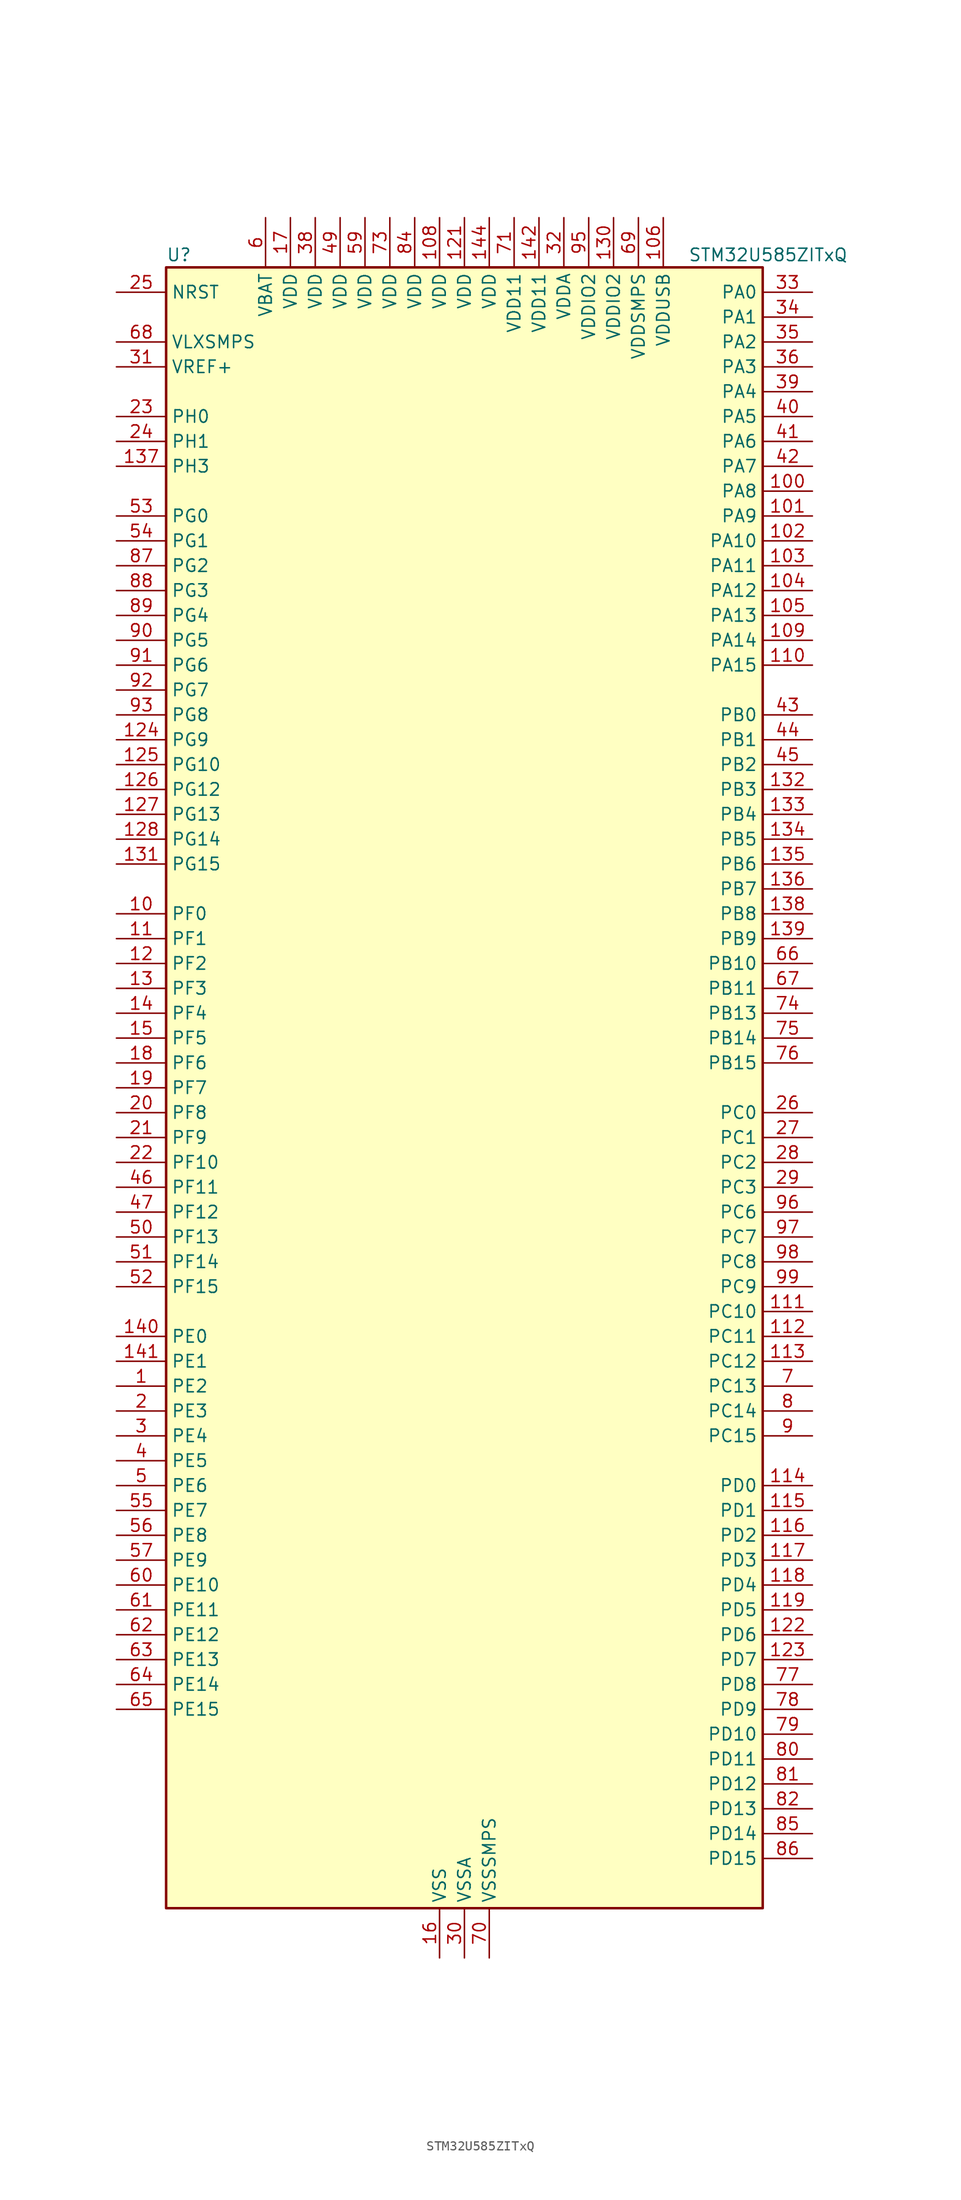
<source format=kicad_sym>
(kicad_symbol_lib
  (version 20211014)
  (generator kicad-library-utils)
  (symbol "STM32U585ZITxQ"
    (property "Reference" "U"
      (at -30.48 85.09 0)
      (effects (font (size 1.27 1.27)) (justify left)))
    (property "Value" "STM32U585ZITxQ"
      (at 22.86 85.09 0)
      (effects (font (size 1.27 1.27)) (justify left)))
    (property "ki_fp_filters" "LQFP*20x20mm*P0.5mm*"
      (at 0.0 0.0 0.0)
      (effects (font (size 1.27 1.27))))
    (symbol "STM32U585ZITxQ_0_1"
      (rectangle (start -30.48 -83.82) (end 30.48 83.82) (stroke (width 0.254)) (fill (type background))))
    (symbol "STM32U585ZITxQ_1_1"
      (pin input line (at -35.56 81.28 0) (length 5.08) (name "NRST" (effects (font (size 1.27 1.27)))) (number "25" (effects (font (size 1.27 1.27)))))
      (pin power_in line (at -35.56 76.2 0) (length 5.08) (name "VLXSMPS" (effects (font (size 1.27 1.27)))) (number "68" (effects (font (size 1.27 1.27)))))
      (pin input line (at -35.56 73.66 0) (length 5.08) (name "VREF+" (effects (font (size 1.27 1.27)))) (number "31" (effects (font (size 1.27 1.27)))) (alternate "VREFBUF_OUT" bidirectional line))
      (pin bidirectional line (at -35.56 68.58 0) (length 5.08) (name "PH0" (effects (font (size 1.27 1.27)))) (number "23" (effects (font (size 1.27 1.27)))) (alternate "RCC_OSC_IN" bidirectional line))
      (pin bidirectional line (at -35.56 66.04 0) (length 5.08) (name "PH1" (effects (font (size 1.27 1.27)))) (number "24" (effects (font (size 1.27 1.27)))) (alternate "RCC_OSC_OUT" bidirectional line))
      (pin bidirectional line (at -35.56 63.5 0) (length 5.08) (name "PH3" (effects (font (size 1.27 1.27)))) (number "137" (effects (font (size 1.27 1.27)))))
      (pin bidirectional line (at -35.56 58.42 0) (length 5.08) (name "PG0" (effects (font (size 1.27 1.27)))) (number "53" (effects (font (size 1.27 1.27)))) (alternate "ADC4_IN7" bidirectional line) (alternate "FMC_A10" bidirectional line) (alternate "OCTOSPIM_P2_IO4" bidirectional line) (alternate "TSC_G8_IO3" bidirectional line))
      (pin bidirectional line (at -35.56 55.88 0) (length 5.08) (name "PG1" (effects (font (size 1.27 1.27)))) (number "54" (effects (font (size 1.27 1.27)))) (alternate "ADC4_IN8" bidirectional line) (alternate "FMC_A11" bidirectional line) (alternate "OCTOSPIM_P2_IO5" bidirectional line) (alternate "TSC_G8_IO4" bidirectional line))
      (pin bidirectional line (at -35.56 53.34 0) (length 5.08) (name "PG2" (effects (font (size 1.27 1.27)))) (number "87" (effects (font (size 1.27 1.27)))) (alternate "FMC_A12" bidirectional line) (alternate "SAI2_SCK_B" bidirectional line) (alternate "SPI1_SCK" bidirectional line))
      (pin bidirectional line (at -35.56 50.8 0) (length 5.08) (name "PG3" (effects (font (size 1.27 1.27)))) (number "88" (effects (font (size 1.27 1.27)))) (alternate "FMC_A13" bidirectional line) (alternate "SAI2_FS_B" bidirectional line) (alternate "SPI1_MISO" bidirectional line))
      (pin bidirectional line (at -35.56 48.26 0) (length 5.08) (name "PG4" (effects (font (size 1.27 1.27)))) (number "89" (effects (font (size 1.27 1.27)))) (alternate "FMC_A14" bidirectional line) (alternate "SAI2_MCLK_B" bidirectional line) (alternate "SPI1_MOSI" bidirectional line))
      (pin bidirectional line (at -35.56 45.72 0) (length 5.08) (name "PG5" (effects (font (size 1.27 1.27)))) (number "90" (effects (font (size 1.27 1.27)))) (alternate "FMC_A15" bidirectional line) (alternate "LPUART1_CTS" bidirectional line) (alternate "SAI2_SD_B" bidirectional line) (alternate "SPI1_NSS" bidirectional line))
      (pin bidirectional line (at -35.56 43.18 0) (length 5.08) (name "PG6" (effects (font (size 1.27 1.27)))) (number "91" (effects (font (size 1.27 1.27)))) (alternate "I2C3_SMBA" bidirectional line) (alternate "LPUART1_DE" bidirectional line) (alternate "LPUART1_RTS" bidirectional line) (alternate "OCTOSPIM_P1_DQS" bidirectional line) (alternate "SPI1_RDY" bidirectional line) (alternate "UCPD1_FRSTX1" bidirectional line))
      (pin bidirectional line (at -35.56 40.64 0) (length 5.08) (name "PG7" (effects (font (size 1.27 1.27)))) (number "92" (effects (font (size 1.27 1.27)))) (alternate "FMC_INT" bidirectional line) (alternate "I2C3_SCL" bidirectional line) (alternate "LPUART1_TX" bidirectional line) (alternate "MDF1_CCK0" bidirectional line) (alternate "OCTOSPIM_P2_DQS" bidirectional line) (alternate "SAI1_CK1" bidirectional line) (alternate "SAI1_MCLK_A" bidirectional line) (alternate "UCPD1_FRSTX2" bidirectional line))
      (pin bidirectional line (at -35.56 38.1 0) (length 5.08) (name "PG8" (effects (font (size 1.27 1.27)))) (number "93" (effects (font (size 1.27 1.27)))) (alternate "I2C3_SDA" bidirectional line) (alternate "LPUART1_RX" bidirectional line))
      (pin bidirectional line (at -35.56 35.56 0) (length 5.08) (name "PG9" (effects (font (size 1.27 1.27)))) (number "124" (effects (font (size 1.27 1.27)))) (alternate "DAC1_EXTI9" bidirectional line) (alternate "FMC_NCE" bidirectional line) (alternate "FMC_NE2" bidirectional line) (alternate "OCTOSPIM_P2_IO6" bidirectional line) (alternate "SAI2_SCK_A" bidirectional line) (alternate "SPI3_SCK" bidirectional line) (alternate "TIM15_CH1N" bidirectional line) (alternate "USART1_TX" bidirectional line))
      (pin bidirectional line (at -35.56 33.02 0) (length 5.08) (name "PG10" (effects (font (size 1.27 1.27)))) (number "125" (effects (font (size 1.27 1.27)))) (alternate "FMC_NE3" bidirectional line) (alternate "LPTIM1_IN1" bidirectional line) (alternate "OCTOSPIM_P2_IO7" bidirectional line) (alternate "SAI2_FS_A" bidirectional line) (alternate "SPI3_MISO" bidirectional line) (alternate "TIM15_CH1" bidirectional line) (alternate "USART1_RX" bidirectional line))
      (pin bidirectional line (at -35.56 30.48 0) (length 5.08) (name "PG12" (effects (font (size 1.27 1.27)))) (number "126" (effects (font (size 1.27 1.27)))) (alternate "FMC_NE4" bidirectional line) (alternate "LPTIM1_ETR" bidirectional line) (alternate "OCTOSPIM_P2_NCS" bidirectional line) (alternate "SAI2_SD_A" bidirectional line) (alternate "SPI3_NSS" bidirectional line) (alternate "USART1_DE" bidirectional line) (alternate "USART1_RTS" bidirectional line))
      (pin bidirectional line (at -35.56 27.94 0) (length 5.08) (name "PG13" (effects (font (size 1.27 1.27)))) (number "127" (effects (font (size 1.27 1.27)))) (alternate "FMC_A24" bidirectional line) (alternate "I2C1_SDA" bidirectional line) (alternate "SPI3_RDY" bidirectional line) (alternate "USART1_CK" bidirectional line))
      (pin bidirectional line (at -35.56 25.4 0) (length 5.08) (name "PG14" (effects (font (size 1.27 1.27)))) (number "128" (effects (font (size 1.27 1.27)))) (alternate "FMC_A25" bidirectional line) (alternate "I2C1_SCL" bidirectional line) (alternate "LPTIM1_CH2" bidirectional line))
      (pin bidirectional line (at -35.56 22.86 0) (length 5.08) (name "PG15" (effects (font (size 1.27 1.27)))) (number "131" (effects (font (size 1.27 1.27)))) (alternate "ADC1_EXTI15" bidirectional line) (alternate "ADC4_EXTI15" bidirectional line) (alternate "DCMI_D13" bidirectional line) (alternate "I2C1_SMBA" bidirectional line) (alternate "LPTIM1_CH1" bidirectional line) (alternate "OCTOSPIM_P2_DQS" bidirectional line) (alternate "PSSI_D13" bidirectional line))
      (pin bidirectional line (at -35.56 17.78 0) (length 5.08) (name "PF0" (effects (font (size 1.27 1.27)))) (number "10" (effects (font (size 1.27 1.27)))) (alternate "FMC_A0" bidirectional line) (alternate "I2C2_SDA" bidirectional line) (alternate "OCTOSPIM_P2_IO0" bidirectional line))
      (pin bidirectional line (at -35.56 15.24 0) (length 5.08) (name "PF1" (effects (font (size 1.27 1.27)))) (number "11" (effects (font (size 1.27 1.27)))) (alternate "FMC_A1" bidirectional line) (alternate "I2C2_SCL" bidirectional line) (alternate "OCTOSPIM_P2_IO1" bidirectional line))
      (pin bidirectional line (at -35.56 12.7 0) (length 5.08) (name "PF2" (effects (font (size 1.27 1.27)))) (number "12" (effects (font (size 1.27 1.27)))) (alternate "FMC_A2" bidirectional line) (alternate "I2C2_SMBA" bidirectional line) (alternate "LPTIM3_CH2" bidirectional line) (alternate "OCTOSPIM_P2_IO2" bidirectional line) (alternate "PWR_WKUP8" bidirectional line))
      (pin bidirectional line (at -35.56 10.16 0) (length 5.08) (name "PF3" (effects (font (size 1.27 1.27)))) (number "13" (effects (font (size 1.27 1.27)))) (alternate "FMC_A3" bidirectional line) (alternate "LPTIM3_IN1" bidirectional line) (alternate "OCTOSPIM_P2_IO3" bidirectional line))
      (pin bidirectional line (at -35.56 7.62 0) (length 5.08) (name "PF4" (effects (font (size 1.27 1.27)))) (number "14" (effects (font (size 1.27 1.27)))) (alternate "FMC_A4" bidirectional line) (alternate "LPTIM3_ETR" bidirectional line) (alternate "OCTOSPIM_P2_CLK" bidirectional line))
      (pin bidirectional line (at -35.56 5.08 0) (length 5.08) (name "PF5" (effects (font (size 1.27 1.27)))) (number "15" (effects (font (size 1.27 1.27)))) (alternate "FMC_A5" bidirectional line) (alternate "LPTIM3_CH1" bidirectional line) (alternate "OCTOSPIM_P2_NCLK" bidirectional line))
      (pin bidirectional line (at -35.56 2.54 0) (length 5.08) (name "PF6" (effects (font (size 1.27 1.27)))) (number "18" (effects (font (size 1.27 1.27)))) (alternate "DCMI_D12" bidirectional line) (alternate "OCTOSPIM_P1_IO3" bidirectional line) (alternate "OCTOSPIM_P2_NCS" bidirectional line) (alternate "PSSI_D12" bidirectional line) (alternate "SAI1_SD_B" bidirectional line) (alternate "TIM5_CH1" bidirectional line) (alternate "TIM5_ETR" bidirectional line))
      (pin bidirectional line (at -35.56 0.0 0) (length 5.08) (name "PF7" (effects (font (size 1.27 1.27)))) (number "19" (effects (font (size 1.27 1.27)))) (alternate "FDCAN1_RX" bidirectional line) (alternate "OCTOSPIM_P1_IO2" bidirectional line) (alternate "SAI1_MCLK_B" bidirectional line) (alternate "TIM5_CH2" bidirectional line))
      (pin bidirectional line (at -35.56 -2.54 0) (length 5.08) (name "PF8" (effects (font (size 1.27 1.27)))) (number "20" (effects (font (size 1.27 1.27)))) (alternate "FDCAN1_TX" bidirectional line) (alternate "OCTOSPIM_P1_IO0" bidirectional line) (alternate "PSSI_D14" bidirectional line) (alternate "SAI1_SCK_B" bidirectional line) (alternate "TIM5_CH3" bidirectional line))
      (pin bidirectional line (at -35.56 -5.08 0) (length 5.08) (name "PF9" (effects (font (size 1.27 1.27)))) (number "21" (effects (font (size 1.27 1.27)))) (alternate "DAC1_EXTI9" bidirectional line) (alternate "OCTOSPIM_P1_IO1" bidirectional line) (alternate "PSSI_D15" bidirectional line) (alternate "SAI1_FS_B" bidirectional line) (alternate "TIM15_CH1" bidirectional line) (alternate "TIM5_CH4" bidirectional line))
      (pin bidirectional line (at -35.56 -7.62 0) (length 5.08) (name "PF10" (effects (font (size 1.27 1.27)))) (number "22" (effects (font (size 1.27 1.27)))) (alternate "DCMI_D11" bidirectional line) (alternate "MDF1_CCK1" bidirectional line) (alternate "OCTOSPIM_P1_CLK" bidirectional line) (alternate "PSSI_D11" bidirectional line) (alternate "PSSI_D15" bidirectional line) (alternate "SAI1_D3" bidirectional line) (alternate "TIM15_CH2" bidirectional line))
      (pin bidirectional line (at -35.56 -10.16 0) (length 5.08) (name "PF11" (effects (font (size 1.27 1.27)))) (number "46" (effects (font (size 1.27 1.27)))) (alternate "ADC1_EXTI11" bidirectional line) (alternate "DCMI_D12" bidirectional line) (alternate "LPTIM4_IN1" bidirectional line) (alternate "OCTOSPIM_P1_NCLK" bidirectional line) (alternate "PSSI_D12" bidirectional line))
      (pin bidirectional line (at -35.56 -12.7 0) (length 5.08) (name "PF12" (effects (font (size 1.27 1.27)))) (number "47" (effects (font (size 1.27 1.27)))) (alternate "FMC_A6" bidirectional line) (alternate "LPTIM4_ETR" bidirectional line) (alternate "OCTOSPIM_P2_DQS" bidirectional line))
      (pin bidirectional line (at -35.56 -15.24 0) (length 5.08) (name "PF13" (effects (font (size 1.27 1.27)))) (number "50" (effects (font (size 1.27 1.27)))) (alternate "FMC_A7" bidirectional line) (alternate "I2C4_SMBA" bidirectional line) (alternate "LPTIM4_OUT" bidirectional line) (alternate "UCPD1_FRSTX2" bidirectional line))
      (pin bidirectional line (at -35.56 -17.78 0) (length 5.08) (name "PF14" (effects (font (size 1.27 1.27)))) (number "51" (effects (font (size 1.27 1.27)))) (alternate "ADC4_IN5" bidirectional line) (alternate "FMC_A8" bidirectional line) (alternate "I2C4_SCL" bidirectional line) (alternate "TSC_G8_IO1" bidirectional line))
      (pin bidirectional line (at -35.56 -20.32 0) (length 5.08) (name "PF15" (effects (font (size 1.27 1.27)))) (number "52" (effects (font (size 1.27 1.27)))) (alternate "ADC1_EXTI15" bidirectional line) (alternate "ADC4_EXTI15" bidirectional line) (alternate "ADC4_IN6" bidirectional line) (alternate "FMC_A9" bidirectional line) (alternate "I2C4_SDA" bidirectional line) (alternate "TSC_G8_IO2" bidirectional line))
      (pin bidirectional line (at -35.56 -25.4 0) (length 5.08) (name "PE0" (effects (font (size 1.27 1.27)))) (number "140" (effects (font (size 1.27 1.27)))) (alternate "DCMI_D2" bidirectional line) (alternate "FMC_NBL0" bidirectional line) (alternate "PSSI_D2" bidirectional line) (alternate "TIM16_CH1" bidirectional line) (alternate "TIM4_ETR" bidirectional line))
      (pin bidirectional line (at -35.56 -27.94 0) (length 5.08) (name "PE1" (effects (font (size 1.27 1.27)))) (number "141" (effects (font (size 1.27 1.27)))) (alternate "DCMI_D3" bidirectional line) (alternate "FMC_NBL1" bidirectional line) (alternate "PSSI_D3" bidirectional line) (alternate "TIM17_CH1" bidirectional line))
      (pin bidirectional line (at -35.56 -30.48 0) (length 5.08) (name "PE2" (effects (font (size 1.27 1.27)))) (number "1" (effects (font (size 1.27 1.27)))) (alternate "DEBUG_TRACECLK" bidirectional line) (alternate "FMC_A23" bidirectional line) (alternate "SAI1_CK1" bidirectional line) (alternate "SAI1_MCLK_A" bidirectional line) (alternate "TIM3_ETR" bidirectional line) (alternate "TSC_G7_IO1" bidirectional line))
      (pin bidirectional line (at -35.56 -33.02 0) (length 5.08) (name "PE3" (effects (font (size 1.27 1.27)))) (number "2" (effects (font (size 1.27 1.27)))) (alternate "DEBUG_TRACED0" bidirectional line) (alternate "FMC_A19" bidirectional line) (alternate "OCTOSPIM_P1_DQS" bidirectional line) (alternate "SAI1_SD_B" bidirectional line) (alternate "TAMP_IN6" bidirectional line) (alternate "TAMP_OUT3" bidirectional line) (alternate "TIM3_CH1" bidirectional line) (alternate "TSC_G7_IO2" bidirectional line))
      (pin bidirectional line (at -35.56 -35.56 0) (length 5.08) (name "PE4" (effects (font (size 1.27 1.27)))) (number "3" (effects (font (size 1.27 1.27)))) (alternate "DCMI_D4" bidirectional line) (alternate "DEBUG_TRACED1" bidirectional line) (alternate "FMC_A20" bidirectional line) (alternate "MDF1_SDI3" bidirectional line) (alternate "PSSI_D4" bidirectional line) (alternate "PWR_WKUP1" bidirectional line) (alternate "SAI1_D2" bidirectional line) (alternate "SAI1_FS_A" bidirectional line) (alternate "TAMP_IN7" bidirectional line) (alternate "TAMP_OUT8" bidirectional line) (alternate "TIM3_CH2" bidirectional line) (alternate "TSC_G7_IO3" bidirectional line))
      (pin bidirectional line (at -35.56 -38.1 0) (length 5.08) (name "PE5" (effects (font (size 1.27 1.27)))) (number "4" (effects (font (size 1.27 1.27)))) (alternate "DCMI_D6" bidirectional line) (alternate "DEBUG_TRACED2" bidirectional line) (alternate "FMC_A21" bidirectional line) (alternate "MDF1_CKI3" bidirectional line) (alternate "PSSI_D6" bidirectional line) (alternate "PWR_WKUP2" bidirectional line) (alternate "SAI1_CK2" bidirectional line) (alternate "SAI1_SCK_A" bidirectional line) (alternate "TAMP_IN8" bidirectional line) (alternate "TAMP_OUT7" bidirectional line) (alternate "TIM3_CH3" bidirectional line) (alternate "TSC_G7_IO4" bidirectional line))
      (pin bidirectional line (at -35.56 -40.64 0) (length 5.08) (name "PE6" (effects (font (size 1.27 1.27)))) (number "5" (effects (font (size 1.27 1.27)))) (alternate "DCMI_D7" bidirectional line) (alternate "DEBUG_TRACED3" bidirectional line) (alternate "FMC_A22" bidirectional line) (alternate "PSSI_D7" bidirectional line) (alternate "PWR_WKUP3" bidirectional line) (alternate "SAI1_D1" bidirectional line) (alternate "SAI1_SD_A" bidirectional line) (alternate "TAMP_IN3" bidirectional line) (alternate "TAMP_OUT6" bidirectional line) (alternate "TIM3_CH4" bidirectional line))
      (pin bidirectional line (at -35.56 -43.18 0) (length 5.08) (name "PE7" (effects (font (size 1.27 1.27)))) (number "55" (effects (font (size 1.27 1.27)))) (alternate "FMC_D4" bidirectional line) (alternate "FMC_DA4" bidirectional line) (alternate "MDF1_SDI2" bidirectional line) (alternate "PWR_WKUP6" bidirectional line) (alternate "SAI1_SD_B" bidirectional line) (alternate "TIM1_ETR" bidirectional line))
      (pin bidirectional line (at -35.56 -45.72 0) (length 5.08) (name "PE8" (effects (font (size 1.27 1.27)))) (number "56" (effects (font (size 1.27 1.27)))) (alternate "FMC_D5" bidirectional line) (alternate "FMC_DA5" bidirectional line) (alternate "MDF1_CKI2" bidirectional line) (alternate "PWR_WKUP7" bidirectional line) (alternate "SAI1_SCK_B" bidirectional line) (alternate "TIM1_CH1N" bidirectional line))
      (pin bidirectional line (at -35.56 -48.26 0) (length 5.08) (name "PE9" (effects (font (size 1.27 1.27)))) (number "57" (effects (font (size 1.27 1.27)))) (alternate "ADF1_CCK0" bidirectional line) (alternate "DAC1_EXTI9" bidirectional line) (alternate "FMC_D6" bidirectional line) (alternate "FMC_DA6" bidirectional line) (alternate "MDF1_CCK0" bidirectional line) (alternate "OCTOSPIM_P1_NCLK" bidirectional line) (alternate "SAI1_FS_B" bidirectional line) (alternate "TIM1_CH1" bidirectional line))
      (pin bidirectional line (at -35.56 -50.8 0) (length 5.08) (name "PE10" (effects (font (size 1.27 1.27)))) (number "60" (effects (font (size 1.27 1.27)))) (alternate "ADF1_SDI0" bidirectional line) (alternate "FMC_D7" bidirectional line) (alternate "FMC_DA7" bidirectional line) (alternate "MDF1_SDI4" bidirectional line) (alternate "OCTOSPIM_P1_CLK" bidirectional line) (alternate "SAI1_MCLK_B" bidirectional line) (alternate "TIM1_CH2N" bidirectional line) (alternate "TSC_G5_IO1" bidirectional line))
      (pin bidirectional line (at -35.56 -53.34 0) (length 5.08) (name "PE11" (effects (font (size 1.27 1.27)))) (number "61" (effects (font (size 1.27 1.27)))) (alternate "ADC1_EXTI11" bidirectional line) (alternate "FMC_D8" bidirectional line) (alternate "FMC_DA8" bidirectional line) (alternate "MDF1_CKI4" bidirectional line) (alternate "OCTOSPIM_P1_NCS" bidirectional line) (alternate "SPI1_RDY" bidirectional line) (alternate "TIM1_CH2" bidirectional line) (alternate "TSC_G5_IO2" bidirectional line))
      (pin bidirectional line (at -35.56 -55.88 0) (length 5.08) (name "PE12" (effects (font (size 1.27 1.27)))) (number "62" (effects (font (size 1.27 1.27)))) (alternate "FMC_D9" bidirectional line) (alternate "FMC_DA9" bidirectional line) (alternate "MDF1_SDI5" bidirectional line) (alternate "OCTOSPIM_P1_IO0" bidirectional line) (alternate "SPI1_NSS" bidirectional line) (alternate "TIM1_CH3N" bidirectional line) (alternate "TSC_G5_IO3" bidirectional line))
      (pin bidirectional line (at -35.56 -58.42 0) (length 5.08) (name "PE13" (effects (font (size 1.27 1.27)))) (number "63" (effects (font (size 1.27 1.27)))) (alternate "FMC_D10" bidirectional line) (alternate "FMC_DA10" bidirectional line) (alternate "MDF1_CKI5" bidirectional line) (alternate "OCTOSPIM_P1_IO1" bidirectional line) (alternate "SPI1_SCK" bidirectional line) (alternate "TIM1_CH3" bidirectional line) (alternate "TSC_G5_IO4" bidirectional line))
      (pin bidirectional line (at -35.56 -60.96 0) (length 5.08) (name "PE14" (effects (font (size 1.27 1.27)))) (number "64" (effects (font (size 1.27 1.27)))) (alternate "FMC_D11" bidirectional line) (alternate "FMC_DA11" bidirectional line) (alternate "OCTOSPIM_P1_IO2" bidirectional line) (alternate "SPI1_MISO" bidirectional line) (alternate "TIM1_BKIN2" bidirectional line) (alternate "TIM1_CH4" bidirectional line))
      (pin bidirectional line (at -35.56 -63.5 0) (length 5.08) (name "PE15" (effects (font (size 1.27 1.27)))) (number "65" (effects (font (size 1.27 1.27)))) (alternate "ADC1_EXTI15" bidirectional line) (alternate "ADC4_EXTI15" bidirectional line) (alternate "FMC_D12" bidirectional line) (alternate "FMC_DA12" bidirectional line) (alternate "OCTOSPIM_P1_IO3" bidirectional line) (alternate "SPI1_MOSI" bidirectional line) (alternate "TIM1_BKIN" bidirectional line) (alternate "TIM1_CH4N" bidirectional line))
      (pin bidirectional line (at 35.56 81.28 180) (length 5.08) (name "PA0" (effects (font (size 1.27 1.27)))) (number "33" (effects (font (size 1.27 1.27)))) (alternate "ADC1_IN5" bidirectional line) (alternate "AUDIOCLK" bidirectional line) (alternate "OCTOSPIM_P2_NCS" bidirectional line) (alternate "OPAMP1_VINP" bidirectional line) (alternate "PWR_WKUP1" bidirectional line) (alternate "SDMMC2_CMD" bidirectional line) (alternate "SPI3_RDY" bidirectional line) (alternate "TAMP_IN2" bidirectional line) (alternate "TAMP_OUT1" bidirectional line) (alternate "TIM2_CH1" bidirectional line) (alternate "TIM2_ETR" bidirectional line) (alternate "TIM5_CH1" bidirectional line) (alternate "TIM8_ETR" bidirectional line) (alternate "UART4_TX" bidirectional line) (alternate "USART2_CTS" bidirectional line))
      (pin bidirectional line (at 35.56 78.74 180) (length 5.08) (name "PA1" (effects (font (size 1.27 1.27)))) (number "34" (effects (font (size 1.27 1.27)))) (alternate "ADC1_IN6" bidirectional line) (alternate "I2C1_SMBA" bidirectional line) (alternate "LPTIM1_CH2" bidirectional line) (alternate "OCTOSPIM_P1_DQS" bidirectional line) (alternate "OPAMP1_VINM" bidirectional line) (alternate "PWR_WKUP3" bidirectional line) (alternate "SPI1_SCK" bidirectional line) (alternate "TAMP_IN5" bidirectional line) (alternate "TAMP_OUT4" bidirectional line) (alternate "TIM15_CH1N" bidirectional line) (alternate "TIM2_CH2" bidirectional line) (alternate "TIM5_CH2" bidirectional line) (alternate "UART4_RX" bidirectional line) (alternate "USART2_DE" bidirectional line) (alternate "USART2_RTS" bidirectional line))
      (pin bidirectional line (at 35.56 76.2 180) (length 5.08) (name "PA2" (effects (font (size 1.27 1.27)))) (number "35" (effects (font (size 1.27 1.27)))) (alternate "ADC1_IN7" bidirectional line) (alternate "COMP1_INP" bidirectional line) (alternate "LPUART1_TX" bidirectional line) (alternate "OCTOSPIM_P1_NCS" bidirectional line) (alternate "PWR_WKUP4" bidirectional line) (alternate "RCC_LSCO" bidirectional line) (alternate "SPI1_RDY" bidirectional line) (alternate "TIM15_CH1" bidirectional line) (alternate "TIM2_CH3" bidirectional line) (alternate "TIM5_CH3" bidirectional line) (alternate "UCPD1_FRSTX1" bidirectional line) (alternate "USART2_TX" bidirectional line))
      (pin bidirectional line (at 35.56 73.66 180) (length 5.08) (name "PA3" (effects (font (size 1.27 1.27)))) (number "36" (effects (font (size 1.27 1.27)))) (alternate "ADC1_IN8" bidirectional line) (alternate "LPUART1_RX" bidirectional line) (alternate "OCTOSPIM_P1_CLK" bidirectional line) (alternate "OPAMP1_VOUT" bidirectional line) (alternate "PWR_WKUP5" bidirectional line) (alternate "SAI1_CK1" bidirectional line) (alternate "SAI1_MCLK_A" bidirectional line) (alternate "TIM15_CH2" bidirectional line) (alternate "TIM2_CH4" bidirectional line) (alternate "TIM5_CH4" bidirectional line) (alternate "USART2_RX" bidirectional line))
      (pin bidirectional line (at 35.56 71.12 180) (length 5.08) (name "PA4" (effects (font (size 1.27 1.27)))) (number "39" (effects (font (size 1.27 1.27)))) (alternate "ADC1_IN9" bidirectional line) (alternate "ADC4_IN9" bidirectional line) (alternate "DAC1_OUT1" bidirectional line) (alternate "DCMI_HSYNC" bidirectional line) (alternate "LPTIM2_CH1" bidirectional line) (alternate "OCTOSPIM_P1_NCS" bidirectional line) (alternate "PSSI_DE" bidirectional line) (alternate "PWR_WKUP2" bidirectional line) (alternate "SAI1_FS_B" bidirectional line) (alternate "SPI1_NSS" bidirectional line) (alternate "SPI3_NSS" bidirectional line) (alternate "USART2_CK" bidirectional line))
      (pin bidirectional line (at 35.56 68.58 180) (length 5.08) (name "PA5" (effects (font (size 1.27 1.27)))) (number "40" (effects (font (size 1.27 1.27)))) (alternate "ADC1_IN10" bidirectional line) (alternate "ADC4_IN10" bidirectional line) (alternate "DAC1_OUT2" bidirectional line) (alternate "LPTIM2_ETR" bidirectional line) (alternate "PSSI_D14" bidirectional line) (alternate "PWR_CSLEEP" bidirectional line) (alternate "PWR_WKUP6" bidirectional line) (alternate "SPI1_SCK" bidirectional line) (alternate "TIM2_CH1" bidirectional line) (alternate "TIM2_ETR" bidirectional line) (alternate "TIM8_CH1N" bidirectional line) (alternate "USART3_RX" bidirectional line))
      (pin bidirectional line (at 35.56 66.04 180) (length 5.08) (name "PA6" (effects (font (size 1.27 1.27)))) (number "41" (effects (font (size 1.27 1.27)))) (alternate "ADC1_IN11" bidirectional line) (alternate "ADC4_IN11" bidirectional line) (alternate "DCMI_PIXCLK" bidirectional line) (alternate "LPUART1_CTS" bidirectional line) (alternate "OCTOSPIM_P1_IO3" bidirectional line) (alternate "OPAMP2_VINP" bidirectional line) (alternate "PSSI_PDCK" bidirectional line) (alternate "PWR_CDSTOP" bidirectional line) (alternate "PWR_WKUP7" bidirectional line) (alternate "SPI1_MISO" bidirectional line) (alternate "TIM16_CH1" bidirectional line) (alternate "TIM1_BKIN" bidirectional line) (alternate "TIM3_CH1" bidirectional line) (alternate "TIM8_BKIN" bidirectional line) (alternate "USART3_CTS" bidirectional line))
      (pin bidirectional line (at 35.56 63.5 180) (length 5.08) (name "PA7" (effects (font (size 1.27 1.27)))) (number "42" (effects (font (size 1.27 1.27)))) (alternate "ADC1_IN12" bidirectional line) (alternate "ADC4_IN20" bidirectional line) (alternate "I2C3_SCL" bidirectional line) (alternate "LPTIM2_CH2" bidirectional line) (alternate "OCTOSPIM_P1_IO2" bidirectional line) (alternate "OPAMP2_VINM" bidirectional line) (alternate "PWR_SRDSTOP" bidirectional line) (alternate "PWR_WKUP8" bidirectional line) (alternate "SPI1_MOSI" bidirectional line) (alternate "TIM17_CH1" bidirectional line) (alternate "TIM1_CH1N" bidirectional line) (alternate "TIM3_CH2" bidirectional line) (alternate "TIM8_CH1N" bidirectional line) (alternate "USART3_TX" bidirectional line))
      (pin bidirectional line (at 35.56 60.96 180) (length 5.08) (name "PA8" (effects (font (size 1.27 1.27)))) (number "100" (effects (font (size 1.27 1.27)))) (alternate "DEBUG_TRACECLK" bidirectional line) (alternate "LPTIM2_CH1" bidirectional line) (alternate "RCC_MCO" bidirectional line) (alternate "SAI1_CK2" bidirectional line) (alternate "SAI1_SCK_A" bidirectional line) (alternate "SPI1_RDY" bidirectional line) (alternate "TIM1_CH1" bidirectional line) (alternate "USART1_CK" bidirectional line) (alternate "USB_OTG_FS_SOF" bidirectional line))
      (pin bidirectional line (at 35.56 58.42 180) (length 5.08) (name "PA9" (effects (font (size 1.27 1.27)))) (number "101" (effects (font (size 1.27 1.27)))) (alternate "DAC1_EXTI9" bidirectional line) (alternate "DCMI_D0" bidirectional line) (alternate "PSSI_D0" bidirectional line) (alternate "SAI1_FS_A" bidirectional line) (alternate "SPI2_SCK" bidirectional line) (alternate "TIM15_BKIN" bidirectional line) (alternate "TIM1_CH2" bidirectional line) (alternate "USART1_TX" bidirectional line) (alternate "USB_OTG_FS_VBUS" bidirectional line))
      (pin bidirectional line (at 35.56 55.88 180) (length 5.08) (name "PA10" (effects (font (size 1.27 1.27)))) (number "102" (effects (font (size 1.27 1.27)))) (alternate "CRS_SYNC" bidirectional line) (alternate "DCMI_D1" bidirectional line) (alternate "LPTIM2_IN2" bidirectional line) (alternate "PSSI_D1" bidirectional line) (alternate "SAI1_D1" bidirectional line) (alternate "SAI1_SD_A" bidirectional line) (alternate "TIM17_BKIN" bidirectional line) (alternate "TIM1_CH3" bidirectional line) (alternate "USART1_RX" bidirectional line) (alternate "USB_OTG_FS_ID" bidirectional line))
      (pin bidirectional line (at 35.56 53.34 180) (length 5.08) (name "PA11" (effects (font (size 1.27 1.27)))) (number "103" (effects (font (size 1.27 1.27)))) (alternate "ADC1_EXTI11" bidirectional line) (alternate "FDCAN1_RX" bidirectional line) (alternate "SPI1_MISO" bidirectional line) (alternate "TIM1_BKIN2" bidirectional line) (alternate "TIM1_CH4" bidirectional line) (alternate "USART1_CTS" bidirectional line) (alternate "USB_OTG_FS_DM" bidirectional line))
      (pin bidirectional line (at 35.56 50.8 180) (length 5.08) (name "PA12" (effects (font (size 1.27 1.27)))) (number "104" (effects (font (size 1.27 1.27)))) (alternate "FDCAN1_TX" bidirectional line) (alternate "OCTOSPIM_P2_NCS" bidirectional line) (alternate "SPI1_MOSI" bidirectional line) (alternate "TIM1_ETR" bidirectional line) (alternate "USART1_DE" bidirectional line) (alternate "USART1_RTS" bidirectional line) (alternate "USB_OTG_FS_DP" bidirectional line))
      (pin bidirectional line (at 35.56 48.26 180) (length 5.08) (name "PA13" (effects (font (size 1.27 1.27)))) (number "105" (effects (font (size 1.27 1.27)))) (alternate "DEBUG_JTMS-SWDIO" bidirectional line) (alternate "IR_OUT" bidirectional line) (alternate "SAI1_SD_B" bidirectional line) (alternate "USB_OTG_FS_NOE" bidirectional line))
      (pin bidirectional line (at 35.56 45.72 180) (length 5.08) (name "PA14" (effects (font (size 1.27 1.27)))) (number "109" (effects (font (size 1.27 1.27)))) (alternate "DEBUG_JTCK-SWCLK" bidirectional line) (alternate "I2C1_SMBA" bidirectional line) (alternate "I2C4_SMBA" bidirectional line) (alternate "LPTIM1_CH1" bidirectional line) (alternate "SAI1_FS_B" bidirectional line) (alternate "USB_OTG_FS_SOF" bidirectional line))
      (pin bidirectional line (at 35.56 43.18 180) (length 5.08) (name "PA15" (effects (font (size 1.27 1.27)))) (number "110" (effects (font (size 1.27 1.27)))) (alternate "ADC1_EXTI15" bidirectional line) (alternate "ADC4_EXTI15" bidirectional line) (alternate "DEBUG_JTDI" bidirectional line) (alternate "SAI2_FS_B" bidirectional line) (alternate "SPI1_NSS" bidirectional line) (alternate "SPI3_NSS" bidirectional line) (alternate "TIM2_CH1" bidirectional line) (alternate "TIM2_ETR" bidirectional line) (alternate "UART4_DE" bidirectional line) (alternate "UART4_RTS" bidirectional line) (alternate "UCPD1_CC1" bidirectional line) (alternate "USART2_RX" bidirectional line) (alternate "USART3_DE" bidirectional line) (alternate "USART3_RTS" bidirectional line))
      (pin bidirectional line (at 35.56 38.1 180) (length 5.08) (name "PB0" (effects (font (size 1.27 1.27)))) (number "43" (effects (font (size 1.27 1.27)))) (alternate "ADC1_IN15" bidirectional line) (alternate "ADC4_IN18" bidirectional line) (alternate "AUDIOCLK" bidirectional line) (alternate "COMP1_OUT" bidirectional line) (alternate "LPTIM3_CH1" bidirectional line) (alternate "OCTOSPIM_P1_IO1" bidirectional line) (alternate "OPAMP2_VOUT" bidirectional line) (alternate "SPI1_NSS" bidirectional line) (alternate "TIM1_CH2N" bidirectional line) (alternate "TIM3_CH3" bidirectional line) (alternate "TIM8_CH2N" bidirectional line) (alternate "USART3_CK" bidirectional line))
      (pin bidirectional line (at 35.56 35.56 180) (length 5.08) (name "PB1" (effects (font (size 1.27 1.27)))) (number "44" (effects (font (size 1.27 1.27)))) (alternate "ADC1_IN16" bidirectional line) (alternate "ADC4_IN19" bidirectional line) (alternate "COMP1_INM" bidirectional line) (alternate "LPTIM2_IN1" bidirectional line) (alternate "LPTIM3_CH2" bidirectional line) (alternate "LPUART1_DE" bidirectional line) (alternate "LPUART1_RTS" bidirectional line) (alternate "MDF1_SDI0" bidirectional line) (alternate "OCTOSPIM_P1_IO0" bidirectional line) (alternate "PWR_WKUP4" bidirectional line) (alternate "TIM1_CH3N" bidirectional line) (alternate "TIM3_CH4" bidirectional line) (alternate "TIM8_CH3N" bidirectional line) (alternate "USART3_DE" bidirectional line) (alternate "USART3_RTS" bidirectional line))
      (pin bidirectional line (at 35.56 33.02 180) (length 5.08) (name "PB2" (effects (font (size 1.27 1.27)))) (number "45" (effects (font (size 1.27 1.27)))) (alternate "ADC1_IN17" bidirectional line) (alternate "COMP1_INP" bidirectional line) (alternate "I2C3_SMBA" bidirectional line) (alternate "LPTIM1_CH1" bidirectional line) (alternate "MDF1_CKI0" bidirectional line) (alternate "OCTOSPIM_P1_DQS" bidirectional line) (alternate "PWR_WKUP1" bidirectional line) (alternate "RTC_OUT2" bidirectional line) (alternate "SPI1_RDY" bidirectional line) (alternate "TIM8_CH4N" bidirectional line) (alternate "UCPD1_FRSTX1" bidirectional line))
      (pin bidirectional line (at 35.56 30.48 180) (length 5.08) (name "PB3" (effects (font (size 1.27 1.27)))) (number "132" (effects (font (size 1.27 1.27)))) (alternate "ADF1_CCK0" bidirectional line) (alternate "COMP2_INM" bidirectional line) (alternate "CRS_SYNC" bidirectional line) (alternate "DEBUG_JTDO-SWO" bidirectional line) (alternate "I2C1_SDA" bidirectional line) (alternate "LPTIM1_CH1" bidirectional line) (alternate "SAI1_SCK_B" bidirectional line) (alternate "SDMMC2_D2" bidirectional line) (alternate "SPI1_SCK" bidirectional line) (alternate "SPI3_SCK" bidirectional line) (alternate "TIM2_CH2" bidirectional line) (alternate "USART1_DE" bidirectional line) (alternate "USART1_RTS" bidirectional line))
      (pin bidirectional line (at 35.56 27.94 180) (length 5.08) (name "PB4" (effects (font (size 1.27 1.27)))) (number "133" (effects (font (size 1.27 1.27)))) (alternate "ADF1_SDI0" bidirectional line) (alternate "COMP2_INP" bidirectional line) (alternate "DCMI_D12" bidirectional line) (alternate "DEBUG_JTRST" bidirectional line) (alternate "I2C3_SDA" bidirectional line) (alternate "LPTIM1_CH2" bidirectional line) (alternate "PSSI_D12" bidirectional line) (alternate "SAI1_MCLK_B" bidirectional line) (alternate "SDMMC2_D3" bidirectional line) (alternate "SPI1_MISO" bidirectional line) (alternate "SPI3_MISO" bidirectional line) (alternate "TIM17_BKIN" bidirectional line) (alternate "TIM3_CH1" bidirectional line) (alternate "TSC_G2_IO1" bidirectional line) (alternate "UART5_DE" bidirectional line) (alternate "UART5_RTS" bidirectional line) (alternate "USART1_CTS" bidirectional line))
      (pin bidirectional line (at 35.56 25.4 180) (length 5.08) (name "PB5" (effects (font (size 1.27 1.27)))) (number "134" (effects (font (size 1.27 1.27)))) (alternate "COMP2_OUT" bidirectional line) (alternate "DCMI_D10" bidirectional line) (alternate "I2C1_SMBA" bidirectional line) (alternate "LPTIM1_IN1" bidirectional line) (alternate "OCTOSPIM_P1_NCLK" bidirectional line) (alternate "PSSI_D10" bidirectional line) (alternate "PWR_WKUP6" bidirectional line) (alternate "SAI1_SD_B" bidirectional line) (alternate "SPI1_MOSI" bidirectional line) (alternate "SPI3_MOSI" bidirectional line) (alternate "TIM16_BKIN" bidirectional line) (alternate "TIM3_CH2" bidirectional line) (alternate "TSC_G2_IO2" bidirectional line) (alternate "UART5_CTS" bidirectional line) (alternate "UCPD1_DBCC1" bidirectional line) (alternate "USART1_CK" bidirectional line))
      (pin bidirectional line (at 35.56 22.86 180) (length 5.08) (name "PB6" (effects (font (size 1.27 1.27)))) (number "135" (effects (font (size 1.27 1.27)))) (alternate "COMP2_INP" bidirectional line) (alternate "DCMI_D5" bidirectional line) (alternate "I2C1_SCL" bidirectional line) (alternate "I2C4_SCL" bidirectional line) (alternate "LPTIM1_ETR" bidirectional line) (alternate "MDF1_SDI5" bidirectional line) (alternate "PSSI_D5" bidirectional line) (alternate "PWR_WKUP3" bidirectional line) (alternate "SAI1_FS_B" bidirectional line) (alternate "TIM16_CH1N" bidirectional line) (alternate "TIM4_CH1" bidirectional line) (alternate "TIM8_BKIN2" bidirectional line) (alternate "TSC_G2_IO3" bidirectional line) (alternate "USART1_TX" bidirectional line))
      (pin bidirectional line (at 35.56 20.32 180) (length 5.08) (name "PB7" (effects (font (size 1.27 1.27)))) (number "136" (effects (font (size 1.27 1.27)))) (alternate "COMP2_INM" bidirectional line) (alternate "DCMI_VSYNC" bidirectional line) (alternate "FMC_NL" bidirectional line) (alternate "I2C1_SDA" bidirectional line) (alternate "I2C4_SDA" bidirectional line) (alternate "LPTIM1_IN2" bidirectional line) (alternate "MDF1_CKI5" bidirectional line) (alternate "PSSI_RDY" bidirectional line) (alternate "PWR_PVD_IN" bidirectional line) (alternate "PWR_WKUP4" bidirectional line) (alternate "TIM17_CH1N" bidirectional line) (alternate "TIM4_CH2" bidirectional line) (alternate "TIM8_BKIN" bidirectional line) (alternate "TSC_G2_IO4" bidirectional line) (alternate "UART4_CTS" bidirectional line) (alternate "USART1_RX" bidirectional line))
      (pin bidirectional line (at 35.56 17.78 180) (length 5.08) (name "PB8" (effects (font (size 1.27 1.27)))) (number "138" (effects (font (size 1.27 1.27)))) (alternate "DCMI_D6" bidirectional line) (alternate "FDCAN1_RX" bidirectional line) (alternate "I2C1_SCL" bidirectional line) (alternate "MDF1_CCK0" bidirectional line) (alternate "PSSI_D6" bidirectional line) (alternate "PWR_WKUP5" bidirectional line) (alternate "SAI1_CK1" bidirectional line) (alternate "SAI1_MCLK_A" bidirectional line) (alternate "SDMMC1_CKIN" bidirectional line) (alternate "SDMMC1_D4" bidirectional line) (alternate "SDMMC2_D4" bidirectional line) (alternate "SPI3_RDY" bidirectional line) (alternate "TIM16_CH1" bidirectional line) (alternate "TIM4_CH3" bidirectional line))
      (pin bidirectional line (at 35.56 15.24 180) (length 5.08) (name "PB9" (effects (font (size 1.27 1.27)))) (number "139" (effects (font (size 1.27 1.27)))) (alternate "DAC1_EXTI9" bidirectional line) (alternate "DCMI_D7" bidirectional line) (alternate "FDCAN1_TX" bidirectional line) (alternate "I2C1_SDA" bidirectional line) (alternate "IR_OUT" bidirectional line) (alternate "PSSI_D7" bidirectional line) (alternate "SAI1_D2" bidirectional line) (alternate "SAI1_FS_A" bidirectional line) (alternate "SDMMC1_CDIR" bidirectional line) (alternate "SDMMC1_D5" bidirectional line) (alternate "SDMMC2_D5" bidirectional line) (alternate "SPI2_NSS" bidirectional line) (alternate "TIM17_CH1" bidirectional line) (alternate "TIM4_CH4" bidirectional line))
      (pin bidirectional line (at 35.56 12.7 180) (length 5.08) (name "PB10" (effects (font (size 1.27 1.27)))) (number "66" (effects (font (size 1.27 1.27)))) (alternate "COMP1_OUT" bidirectional line) (alternate "I2C2_SCL" bidirectional line) (alternate "I2C4_SCL" bidirectional line) (alternate "LPTIM3_CH1" bidirectional line) (alternate "LPUART1_RX" bidirectional line) (alternate "OCTOSPIM_P1_CLK" bidirectional line) (alternate "PWR_WKUP8" bidirectional line) (alternate "SAI1_SCK_A" bidirectional line) (alternate "SPI2_SCK" bidirectional line) (alternate "TIM2_CH3" bidirectional line) (alternate "TSC_SYNC" bidirectional line) (alternate "USART3_TX" bidirectional line))
      (pin bidirectional line (at 35.56 10.16 180) (length 5.08) (name "PB11" (effects (font (size 1.27 1.27)))) (number "67" (effects (font (size 1.27 1.27)))) (alternate "ADC1_EXTI11" bidirectional line) (alternate "COMP2_OUT" bidirectional line) (alternate "I2C2_SDA" bidirectional line) (alternate "I2C4_SDA" bidirectional line) (alternate "LPUART1_TX" bidirectional line) (alternate "OCTOSPIM_P1_NCS" bidirectional line) (alternate "SPI2_RDY" bidirectional line) (alternate "TIM2_CH4" bidirectional line) (alternate "USART3_RX" bidirectional line))
      (pin bidirectional line (at 35.56 7.62 180) (length 5.08) (name "PB13" (effects (font (size 1.27 1.27)))) (number "74" (effects (font (size 1.27 1.27)))) (alternate "I2C2_SCL" bidirectional line) (alternate "LPTIM3_IN1" bidirectional line) (alternate "LPUART1_CTS" bidirectional line) (alternate "MDF1_CKI1" bidirectional line) (alternate "SAI2_SCK_A" bidirectional line) (alternate "SPI2_SCK" bidirectional line) (alternate "TIM15_CH1N" bidirectional line) (alternate "TIM1_CH1N" bidirectional line) (alternate "TSC_G1_IO2" bidirectional line) (alternate "USART3_CTS" bidirectional line))
      (pin bidirectional line (at 35.56 5.08 180) (length 5.08) (name "PB14" (effects (font (size 1.27 1.27)))) (number "75" (effects (font (size 1.27 1.27)))) (alternate "I2C2_SDA" bidirectional line) (alternate "LPTIM3_ETR" bidirectional line) (alternate "MDF1_SDI2" bidirectional line) (alternate "SAI2_MCLK_A" bidirectional line) (alternate "SDMMC2_D0" bidirectional line) (alternate "SPI2_MISO" bidirectional line) (alternate "TIM15_CH1" bidirectional line) (alternate "TIM1_CH2N" bidirectional line) (alternate "TIM8_CH2N" bidirectional line) (alternate "TSC_G1_IO3" bidirectional line) (alternate "UCPD1_DBCC2" bidirectional line) (alternate "USART3_DE" bidirectional line) (alternate "USART3_RTS" bidirectional line))
      (pin bidirectional line (at 35.56 2.54 180) (length 5.08) (name "PB15" (effects (font (size 1.27 1.27)))) (number "76" (effects (font (size 1.27 1.27)))) (alternate "ADC1_EXTI15" bidirectional line) (alternate "ADC4_EXTI15" bidirectional line) (alternate "FMC_NBL1" bidirectional line) (alternate "LPTIM2_IN2" bidirectional line) (alternate "MDF1_CKI2" bidirectional line) (alternate "PWR_WKUP7" bidirectional line) (alternate "RTC_REFIN" bidirectional line) (alternate "SAI2_SD_A" bidirectional line) (alternate "SDMMC2_D1" bidirectional line) (alternate "SPI2_MOSI" bidirectional line) (alternate "TIM15_CH2" bidirectional line) (alternate "TIM1_CH3N" bidirectional line) (alternate "TIM8_CH3N" bidirectional line) (alternate "UCPD1_CC2" bidirectional line))
      (pin bidirectional line (at 35.56 -2.54 180) (length 5.08) (name "PC0" (effects (font (size 1.27 1.27)))) (number "26" (effects (font (size 1.27 1.27)))) (alternate "ADC1_IN1" bidirectional line) (alternate "ADC4_IN1" bidirectional line) (alternate "I2C3_SCL" bidirectional line) (alternate "LPTIM1_IN1" bidirectional line) (alternate "LPTIM2_IN1" bidirectional line) (alternate "LPUART1_RX" bidirectional line) (alternate "MDF1_SDI4" bidirectional line) (alternate "OCTOSPIM_P1_IO7" bidirectional line) (alternate "SAI2_FS_A" bidirectional line) (alternate "SDMMC1_D5" bidirectional line) (alternate "SPI2_RDY" bidirectional line))
      (pin bidirectional line (at 35.56 -5.08 180) (length 5.08) (name "PC1" (effects (font (size 1.27 1.27)))) (number "27" (effects (font (size 1.27 1.27)))) (alternate "ADC1_IN2" bidirectional line) (alternate "ADC4_IN2" bidirectional line) (alternate "DEBUG_TRACED0" bidirectional line) (alternate "I2C3_SDA" bidirectional line) (alternate "LPTIM1_CH1" bidirectional line) (alternate "LPUART1_TX" bidirectional line) (alternate "MDF1_CKI4" bidirectional line) (alternate "OCTOSPIM_P1_IO4" bidirectional line) (alternate "SAI1_SD_A" bidirectional line) (alternate "SDMMC2_CK" bidirectional line) (alternate "SPI2_MOSI" bidirectional line))
      (pin bidirectional line (at 35.56 -7.62 180) (length 5.08) (name "PC2" (effects (font (size 1.27 1.27)))) (number "28" (effects (font (size 1.27 1.27)))) (alternate "ADC1_IN3" bidirectional line) (alternate "ADC4_IN3" bidirectional line) (alternate "LPTIM1_IN2" bidirectional line) (alternate "MDF1_CCK1" bidirectional line) (alternate "OCTOSPIM_P1_IO5" bidirectional line) (alternate "SPI2_MISO" bidirectional line))
      (pin bidirectional line (at 35.56 -10.16 180) (length 5.08) (name "PC3" (effects (font (size 1.27 1.27)))) (number "29" (effects (font (size 1.27 1.27)))) (alternate "ADC1_IN4" bidirectional line) (alternate "ADC4_IN4" bidirectional line) (alternate "LPTIM1_ETR" bidirectional line) (alternate "LPTIM2_ETR" bidirectional line) (alternate "LPTIM3_CH1" bidirectional line) (alternate "OCTOSPIM_P1_IO6" bidirectional line) (alternate "SAI1_D1" bidirectional line) (alternate "SAI1_SD_A" bidirectional line) (alternate "SPI2_MOSI" bidirectional line))
      (pin bidirectional line (at 35.56 -12.7 180) (length 5.08) (name "PC6" (effects (font (size 1.27 1.27)))) (number "96" (effects (font (size 1.27 1.27)))) (alternate "DCMI_D0" bidirectional line) (alternate "MDF1_CKI3" bidirectional line) (alternate "PSSI_D0" bidirectional line) (alternate "PWR_CSLEEP" bidirectional line) (alternate "SAI2_MCLK_A" bidirectional line) (alternate "SDMMC1_D0DIR" bidirectional line) (alternate "SDMMC1_D6" bidirectional line) (alternate "SDMMC2_D6" bidirectional line) (alternate "TIM3_CH1" bidirectional line) (alternate "TIM8_CH1" bidirectional line) (alternate "TSC_G4_IO1" bidirectional line))
      (pin bidirectional line (at 35.56 -15.24 180) (length 5.08) (name "PC7" (effects (font (size 1.27 1.27)))) (number "97" (effects (font (size 1.27 1.27)))) (alternate "DCMI_D1" bidirectional line) (alternate "LPTIM2_CH2" bidirectional line) (alternate "MDF1_SDI3" bidirectional line) (alternate "PSSI_D1" bidirectional line) (alternate "PWR_CDSTOP" bidirectional line) (alternate "SAI2_MCLK_B" bidirectional line) (alternate "SDMMC1_D123DIR" bidirectional line) (alternate "SDMMC1_D7" bidirectional line) (alternate "SDMMC2_D7" bidirectional line) (alternate "TIM3_CH2" bidirectional line) (alternate "TIM8_CH2" bidirectional line) (alternate "TSC_G4_IO2" bidirectional line))
      (pin bidirectional line (at 35.56 -17.78 180) (length 5.08) (name "PC8" (effects (font (size 1.27 1.27)))) (number "98" (effects (font (size 1.27 1.27)))) (alternate "DCMI_D2" bidirectional line) (alternate "LPTIM3_CH1" bidirectional line) (alternate "PSSI_D2" bidirectional line) (alternate "PWR_SRDSTOP" bidirectional line) (alternate "SDMMC1_D0" bidirectional line) (alternate "TIM3_CH3" bidirectional line) (alternate "TIM8_CH3" bidirectional line) (alternate "TSC_G4_IO3" bidirectional line))
      (pin bidirectional line (at 35.56 -20.32 180) (length 5.08) (name "PC9" (effects (font (size 1.27 1.27)))) (number "99" (effects (font (size 1.27 1.27)))) (alternate "DAC1_EXTI9" bidirectional line) (alternate "DCMI_D3" bidirectional line) (alternate "DEBUG_TRACED0" bidirectional line) (alternate "LPTIM3_CH2" bidirectional line) (alternate "PSSI_D3" bidirectional line) (alternate "SDMMC1_D1" bidirectional line) (alternate "TIM3_CH4" bidirectional line) (alternate "TIM8_BKIN2" bidirectional line) (alternate "TIM8_CH4" bidirectional line) (alternate "TSC_G4_IO4" bidirectional line) (alternate "USB_OTG_FS_NOE" bidirectional line))
      (pin bidirectional line (at 35.56 -22.86 180) (length 5.08) (name "PC10" (effects (font (size 1.27 1.27)))) (number "111" (effects (font (size 1.27 1.27)))) (alternate "ADF1_CCK1" bidirectional line) (alternate "DCMI_D8" bidirectional line) (alternate "DEBUG_TRACED1" bidirectional line) (alternate "LPTIM3_ETR" bidirectional line) (alternate "PSSI_D8" bidirectional line) (alternate "SAI2_SCK_B" bidirectional line) (alternate "SDMMC1_D2" bidirectional line) (alternate "SPI3_SCK" bidirectional line) (alternate "TSC_G3_IO2" bidirectional line) (alternate "UART4_TX" bidirectional line) (alternate "USART3_TX" bidirectional line))
      (pin bidirectional line (at 35.56 -25.4 180) (length 5.08) (name "PC11" (effects (font (size 1.27 1.27)))) (number "112" (effects (font (size 1.27 1.27)))) (alternate "ADC1_EXTI11" bidirectional line) (alternate "ADF1_SDI0" bidirectional line) (alternate "DCMI_D2" bidirectional line) (alternate "DCMI_D4" bidirectional line) (alternate "LPTIM3_IN1" bidirectional line) (alternate "OCTOSPIM_P1_NCS" bidirectional line) (alternate "PSSI_D2" bidirectional line) (alternate "PSSI_D4" bidirectional line) (alternate "SAI2_MCLK_B" bidirectional line) (alternate "SDMMC1_D3" bidirectional line) (alternate "SPI3_MISO" bidirectional line) (alternate "TSC_G3_IO3" bidirectional line) (alternate "UART4_RX" bidirectional line) (alternate "UCPD1_FRSTX2" bidirectional line) (alternate "USART3_RX" bidirectional line))
      (pin bidirectional line (at 35.56 -27.94 180) (length 5.08) (name "PC12" (effects (font (size 1.27 1.27)))) (number "113" (effects (font (size 1.27 1.27)))) (alternate "DCMI_D9" bidirectional line) (alternate "DEBUG_TRACED3" bidirectional line) (alternate "PSSI_D9" bidirectional line) (alternate "SAI2_SD_B" bidirectional line) (alternate "SDMMC1_CK" bidirectional line) (alternate "SPI3_MOSI" bidirectional line) (alternate "TSC_G3_IO4" bidirectional line) (alternate "UART5_TX" bidirectional line) (alternate "USART3_CK" bidirectional line))
      (pin bidirectional line (at 35.56 -30.48 180) (length 5.08) (name "PC13" (effects (font (size 1.27 1.27)))) (number "7" (effects (font (size 1.27 1.27)))) (alternate "PWR_WKUP2" bidirectional line) (alternate "RTC_OUT1" bidirectional line) (alternate "RTC_TS" bidirectional line) (alternate "TAMP_IN1" bidirectional line) (alternate "TAMP_OUT2" bidirectional line))
      (pin bidirectional line (at 35.56 -33.02 180) (length 5.08) (name "PC14" (effects (font (size 1.27 1.27)))) (number "8" (effects (font (size 1.27 1.27)))) (alternate "RCC_OSC32_IN" bidirectional line))
      (pin bidirectional line (at 35.56 -35.56 180) (length 5.08) (name "PC15" (effects (font (size 1.27 1.27)))) (number "9" (effects (font (size 1.27 1.27)))) (alternate "ADC1_EXTI15" bidirectional line) (alternate "ADC4_EXTI15" bidirectional line) (alternate "RCC_OSC32_OUT" bidirectional line))
      (pin bidirectional line (at 35.56 -40.64 180) (length 5.08) (name "PD0" (effects (font (size 1.27 1.27)))) (number "114" (effects (font (size 1.27 1.27)))) (alternate "FDCAN1_RX" bidirectional line) (alternate "FMC_D2" bidirectional line) (alternate "FMC_DA2" bidirectional line) (alternate "SPI2_NSS" bidirectional line) (alternate "TIM8_CH4N" bidirectional line))
      (pin bidirectional line (at 35.56 -43.18 180) (length 5.08) (name "PD1" (effects (font (size 1.27 1.27)))) (number "115" (effects (font (size 1.27 1.27)))) (alternate "FDCAN1_TX" bidirectional line) (alternate "FMC_D3" bidirectional line) (alternate "FMC_DA3" bidirectional line) (alternate "SPI2_SCK" bidirectional line))
      (pin bidirectional line (at 35.56 -45.72 180) (length 5.08) (name "PD2" (effects (font (size 1.27 1.27)))) (number "116" (effects (font (size 1.27 1.27)))) (alternate "DCMI_D11" bidirectional line) (alternate "DEBUG_TRACED2" bidirectional line) (alternate "LPTIM4_ETR" bidirectional line) (alternate "PSSI_D11" bidirectional line) (alternate "SDMMC1_CMD" bidirectional line) (alternate "TIM3_ETR" bidirectional line) (alternate "TSC_SYNC" bidirectional line) (alternate "UART5_RX" bidirectional line) (alternate "USART3_DE" bidirectional line) (alternate "USART3_RTS" bidirectional line))
      (pin bidirectional line (at 35.56 -48.26 180) (length 5.08) (name "PD3" (effects (font (size 1.27 1.27)))) (number "117" (effects (font (size 1.27 1.27)))) (alternate "DCMI_D5" bidirectional line) (alternate "FMC_CLK" bidirectional line) (alternate "MDF1_SDI0" bidirectional line) (alternate "OCTOSPIM_P2_NCS" bidirectional line) (alternate "PSSI_D5" bidirectional line) (alternate "SPI2_MISO" bidirectional line) (alternate "SPI2_SCK" bidirectional line) (alternate "USART2_CTS" bidirectional line))
      (pin bidirectional line (at 35.56 -50.8 180) (length 5.08) (name "PD4" (effects (font (size 1.27 1.27)))) (number "118" (effects (font (size 1.27 1.27)))) (alternate "FMC_NOE" bidirectional line) (alternate "MDF1_CKI0" bidirectional line) (alternate "OCTOSPIM_P1_IO4" bidirectional line) (alternate "SPI2_MOSI" bidirectional line) (alternate "USART2_DE" bidirectional line) (alternate "USART2_RTS" bidirectional line))
      (pin bidirectional line (at 35.56 -53.34 180) (length 5.08) (name "PD5" (effects (font (size 1.27 1.27)))) (number "119" (effects (font (size 1.27 1.27)))) (alternate "FMC_NWE" bidirectional line) (alternate "OCTOSPIM_P1_IO5" bidirectional line) (alternate "SPI2_RDY" bidirectional line) (alternate "USART2_TX" bidirectional line))
      (pin bidirectional line (at 35.56 -55.88 180) (length 5.08) (name "PD6" (effects (font (size 1.27 1.27)))) (number "122" (effects (font (size 1.27 1.27)))) (alternate "DCMI_D10" bidirectional line) (alternate "FMC_NWAIT" bidirectional line) (alternate "MDF1_SDI1" bidirectional line) (alternate "OCTOSPIM_P1_IO6" bidirectional line) (alternate "PSSI_D10" bidirectional line) (alternate "SAI1_D1" bidirectional line) (alternate "SAI1_SD_A" bidirectional line) (alternate "SDMMC2_CK" bidirectional line) (alternate "SPI3_MOSI" bidirectional line) (alternate "USART2_RX" bidirectional line))
      (pin bidirectional line (at 35.56 -58.42 180) (length 5.08) (name "PD7" (effects (font (size 1.27 1.27)))) (number "123" (effects (font (size 1.27 1.27)))) (alternate "FMC_NCE" bidirectional line) (alternate "FMC_NE1" bidirectional line) (alternate "LPTIM4_OUT" bidirectional line) (alternate "MDF1_CKI1" bidirectional line) (alternate "OCTOSPIM_P1_IO7" bidirectional line) (alternate "SDMMC2_CMD" bidirectional line) (alternate "USART2_CK" bidirectional line))
      (pin bidirectional line (at 35.56 -60.96 180) (length 5.08) (name "PD8" (effects (font (size 1.27 1.27)))) (number "77" (effects (font (size 1.27 1.27)))) (alternate "DCMI_HSYNC" bidirectional line) (alternate "FMC_D13" bidirectional line) (alternate "FMC_DA13" bidirectional line) (alternate "PSSI_DE" bidirectional line) (alternate "USART3_TX" bidirectional line))
      (pin bidirectional line (at 35.56 -63.5 180) (length 5.08) (name "PD9" (effects (font (size 1.27 1.27)))) (number "78" (effects (font (size 1.27 1.27)))) (alternate "DAC1_EXTI9" bidirectional line) (alternate "DCMI_PIXCLK" bidirectional line) (alternate "FMC_D14" bidirectional line) (alternate "FMC_DA14" bidirectional line) (alternate "LPTIM2_IN2" bidirectional line) (alternate "LPTIM3_IN1" bidirectional line) (alternate "PSSI_PDCK" bidirectional line) (alternate "SAI2_MCLK_A" bidirectional line) (alternate "USART3_RX" bidirectional line))
      (pin bidirectional line (at 35.56 -66.04 180) (length 5.08) (name "PD10" (effects (font (size 1.27 1.27)))) (number "79" (effects (font (size 1.27 1.27)))) (alternate "FMC_D15" bidirectional line) (alternate "FMC_DA15" bidirectional line) (alternate "LPTIM2_CH2" bidirectional line) (alternate "LPTIM3_ETR" bidirectional line) (alternate "SAI2_SCK_A" bidirectional line) (alternate "TSC_G6_IO1" bidirectional line) (alternate "USART3_CK" bidirectional line))
      (pin bidirectional line (at 35.56 -68.58 180) (length 5.08) (name "PD11" (effects (font (size 1.27 1.27)))) (number "80" (effects (font (size 1.27 1.27)))) (alternate "ADC1_EXTI11" bidirectional line) (alternate "ADC4_IN15" bidirectional line) (alternate "FMC_A16" bidirectional line) (alternate "FMC_CLE" bidirectional line) (alternate "I2C4_SMBA" bidirectional line) (alternate "LPTIM2_ETR" bidirectional line) (alternate "SAI2_SD_A" bidirectional line) (alternate "TSC_G6_IO2" bidirectional line) (alternate "USART3_CTS" bidirectional line))
      (pin bidirectional line (at 35.56 -71.12 180) (length 5.08) (name "PD12" (effects (font (size 1.27 1.27)))) (number "81" (effects (font (size 1.27 1.27)))) (alternate "ADC4_IN16" bidirectional line) (alternate "FMC_A17" bidirectional line) (alternate "FMC_ALE" bidirectional line) (alternate "I2C4_SCL" bidirectional line) (alternate "LPTIM2_IN1" bidirectional line) (alternate "SAI2_FS_A" bidirectional line) (alternate "TIM4_CH1" bidirectional line) (alternate "TSC_G6_IO3" bidirectional line) (alternate "USART3_DE" bidirectional line) (alternate "USART3_RTS" bidirectional line))
      (pin bidirectional line (at 35.56 -73.66 180) (length 5.08) (name "PD13" (effects (font (size 1.27 1.27)))) (number "82" (effects (font (size 1.27 1.27)))) (alternate "ADC4_IN17" bidirectional line) (alternate "FMC_A18" bidirectional line) (alternate "I2C4_SDA" bidirectional line) (alternate "LPTIM2_CH1" bidirectional line) (alternate "LPTIM4_IN1" bidirectional line) (alternate "TIM4_CH2" bidirectional line) (alternate "TSC_G6_IO4" bidirectional line))
      (pin bidirectional line (at 35.56 -76.2 180) (length 5.08) (name "PD14" (effects (font (size 1.27 1.27)))) (number "85" (effects (font (size 1.27 1.27)))) (alternate "FMC_D0" bidirectional line) (alternate "FMC_DA0" bidirectional line) (alternate "LPTIM3_CH1" bidirectional line) (alternate "TIM4_CH3" bidirectional line))
      (pin bidirectional line (at 35.56 -78.74 180) (length 5.08) (name "PD15" (effects (font (size 1.27 1.27)))) (number "86" (effects (font (size 1.27 1.27)))) (alternate "ADC1_EXTI15" bidirectional line) (alternate "ADC4_EXTI15" bidirectional line) (alternate "FMC_D1" bidirectional line) (alternate "FMC_DA1" bidirectional line) (alternate "LPTIM3_CH2" bidirectional line) (alternate "TIM4_CH4" bidirectional line))
      (pin power_in line (at -20.32 88.9 270) (length 5.08) (name "VBAT" (effects (font (size 1.27 1.27)))) (number "6" (effects (font (size 1.27 1.27)))))
      (pin power_in line (at -17.78 88.9 270) (length 5.08) (name "VDD" (effects (font (size 1.27 1.27)))) (number "17" (effects (font (size 1.27 1.27)))))
      (pin power_in line (at -15.24 88.9 270) (length 5.08) (name "VDD" (effects (font (size 1.27 1.27)))) (number "38" (effects (font (size 1.27 1.27)))))
      (pin power_in line (at -12.7 88.9 270) (length 5.08) (name "VDD" (effects (font (size 1.27 1.27)))) (number "49" (effects (font (size 1.27 1.27)))))
      (pin power_in line (at -10.16 88.9 270) (length 5.08) (name "VDD" (effects (font (size 1.27 1.27)))) (number "59" (effects (font (size 1.27 1.27)))))
      (pin power_in line (at -7.62 88.9 270) (length 5.08) (name "VDD" (effects (font (size 1.27 1.27)))) (number "73" (effects (font (size 1.27 1.27)))))
      (pin power_in line (at -5.08 88.9 270) (length 5.08) (name "VDD" (effects (font (size 1.27 1.27)))) (number "84" (effects (font (size 1.27 1.27)))))
      (pin power_in line (at -2.54 88.9 270) (length 5.08) (name "VDD" (effects (font (size 1.27 1.27)))) (number "108" (effects (font (size 1.27 1.27)))))
      (pin power_in line (at 0.0 88.9 270) (length 5.08) (name "VDD" (effects (font (size 1.27 1.27)))) (number "121" (effects (font (size 1.27 1.27)))))
      (pin power_in line (at 2.54 88.9 270) (length 5.08) (name "VDD" (effects (font (size 1.27 1.27)))) (number "144" (effects (font (size 1.27 1.27)))))
      (pin power_in line (at 5.08 88.9 270) (length 5.08) (name "VDD11" (effects (font (size 1.27 1.27)))) (number "71" (effects (font (size 1.27 1.27)))))
      (pin power_in line (at 7.62 88.9 270) (length 5.08) (name "VDD11" (effects (font (size 1.27 1.27)))) (number "142" (effects (font (size 1.27 1.27)))))
      (pin power_in line (at 10.16 88.9 270) (length 5.08) (name "VDDA" (effects (font (size 1.27 1.27)))) (number "32" (effects (font (size 1.27 1.27)))))
      (pin power_in line (at 12.7 88.9 270) (length 5.08) (name "VDDIO2" (effects (font (size 1.27 1.27)))) (number "95" (effects (font (size 1.27 1.27)))))
      (pin power_in line (at 15.24 88.9 270) (length 5.08) (name "VDDIO2" (effects (font (size 1.27 1.27)))) (number "130" (effects (font (size 1.27 1.27)))))
      (pin power_in line (at 17.78 88.9 270) (length 5.08) (name "VDDSMPS" (effects (font (size 1.27 1.27)))) (number "69" (effects (font (size 1.27 1.27)))))
      (pin power_in line (at 20.32 88.9 270) (length 5.08) (name "VDDUSB" (effects (font (size 1.27 1.27)))) (number "106" (effects (font (size 1.27 1.27)))))
      (pin power_in line (at -2.54 -88.9 90) (length 5.08) (name "VSS" (effects (font (size 1.27 1.27)))) (number "16" (effects (font (size 1.27 1.27)))))
      (pin passive line (at -2.54 -88.9 90) (length 5.08) hide (name "VSS" (effects (font (size 1.27 1.27)))) (number "37" (effects (font (size 1.27 1.27)))))
      (pin passive line (at -2.54 -88.9 90) (length 5.08) hide (name "VSS" (effects (font (size 1.27 1.27)))) (number "48" (effects (font (size 1.27 1.27)))))
      (pin passive line (at -2.54 -88.9 90) (length 5.08) hide (name "VSS" (effects (font (size 1.27 1.27)))) (number "58" (effects (font (size 1.27 1.27)))))
      (pin passive line (at -2.54 -88.9 90) (length 5.08) hide (name "VSS" (effects (font (size 1.27 1.27)))) (number "72" (effects (font (size 1.27 1.27)))))
      (pin passive line (at -2.54 -88.9 90) (length 5.08) hide (name "VSS" (effects (font (size 1.27 1.27)))) (number "83" (effects (font (size 1.27 1.27)))))
      (pin passive line (at -2.54 -88.9 90) (length 5.08) hide (name "VSS" (effects (font (size 1.27 1.27)))) (number "94" (effects (font (size 1.27 1.27)))))
      (pin passive line (at -2.54 -88.9 90) (length 5.08) hide (name "VSS" (effects (font (size 1.27 1.27)))) (number "107" (effects (font (size 1.27 1.27)))))
      (pin passive line (at -2.54 -88.9 90) (length 5.08) hide (name "VSS" (effects (font (size 1.27 1.27)))) (number "120" (effects (font (size 1.27 1.27)))))
      (pin passive line (at -2.54 -88.9 90) (length 5.08) hide (name "VSS" (effects (font (size 1.27 1.27)))) (number "129" (effects (font (size 1.27 1.27)))))
      (pin passive line (at -2.54 -88.9 90) (length 5.08) hide (name "VSS" (effects (font (size 1.27 1.27)))) (number "143" (effects (font (size 1.27 1.27)))))
      (pin power_in line (at 0.0 -88.9 90) (length 5.08) (name "VSSA" (effects (font (size 1.27 1.27)))) (number "30" (effects (font (size 1.27 1.27)))))
      (pin power_in line (at 2.54 -88.9 90) (length 5.08) (name "VSSSMPS" (effects (font (size 1.27 1.27)))) (number "70" (effects (font (size 1.27 1.27))))))))
</source>
